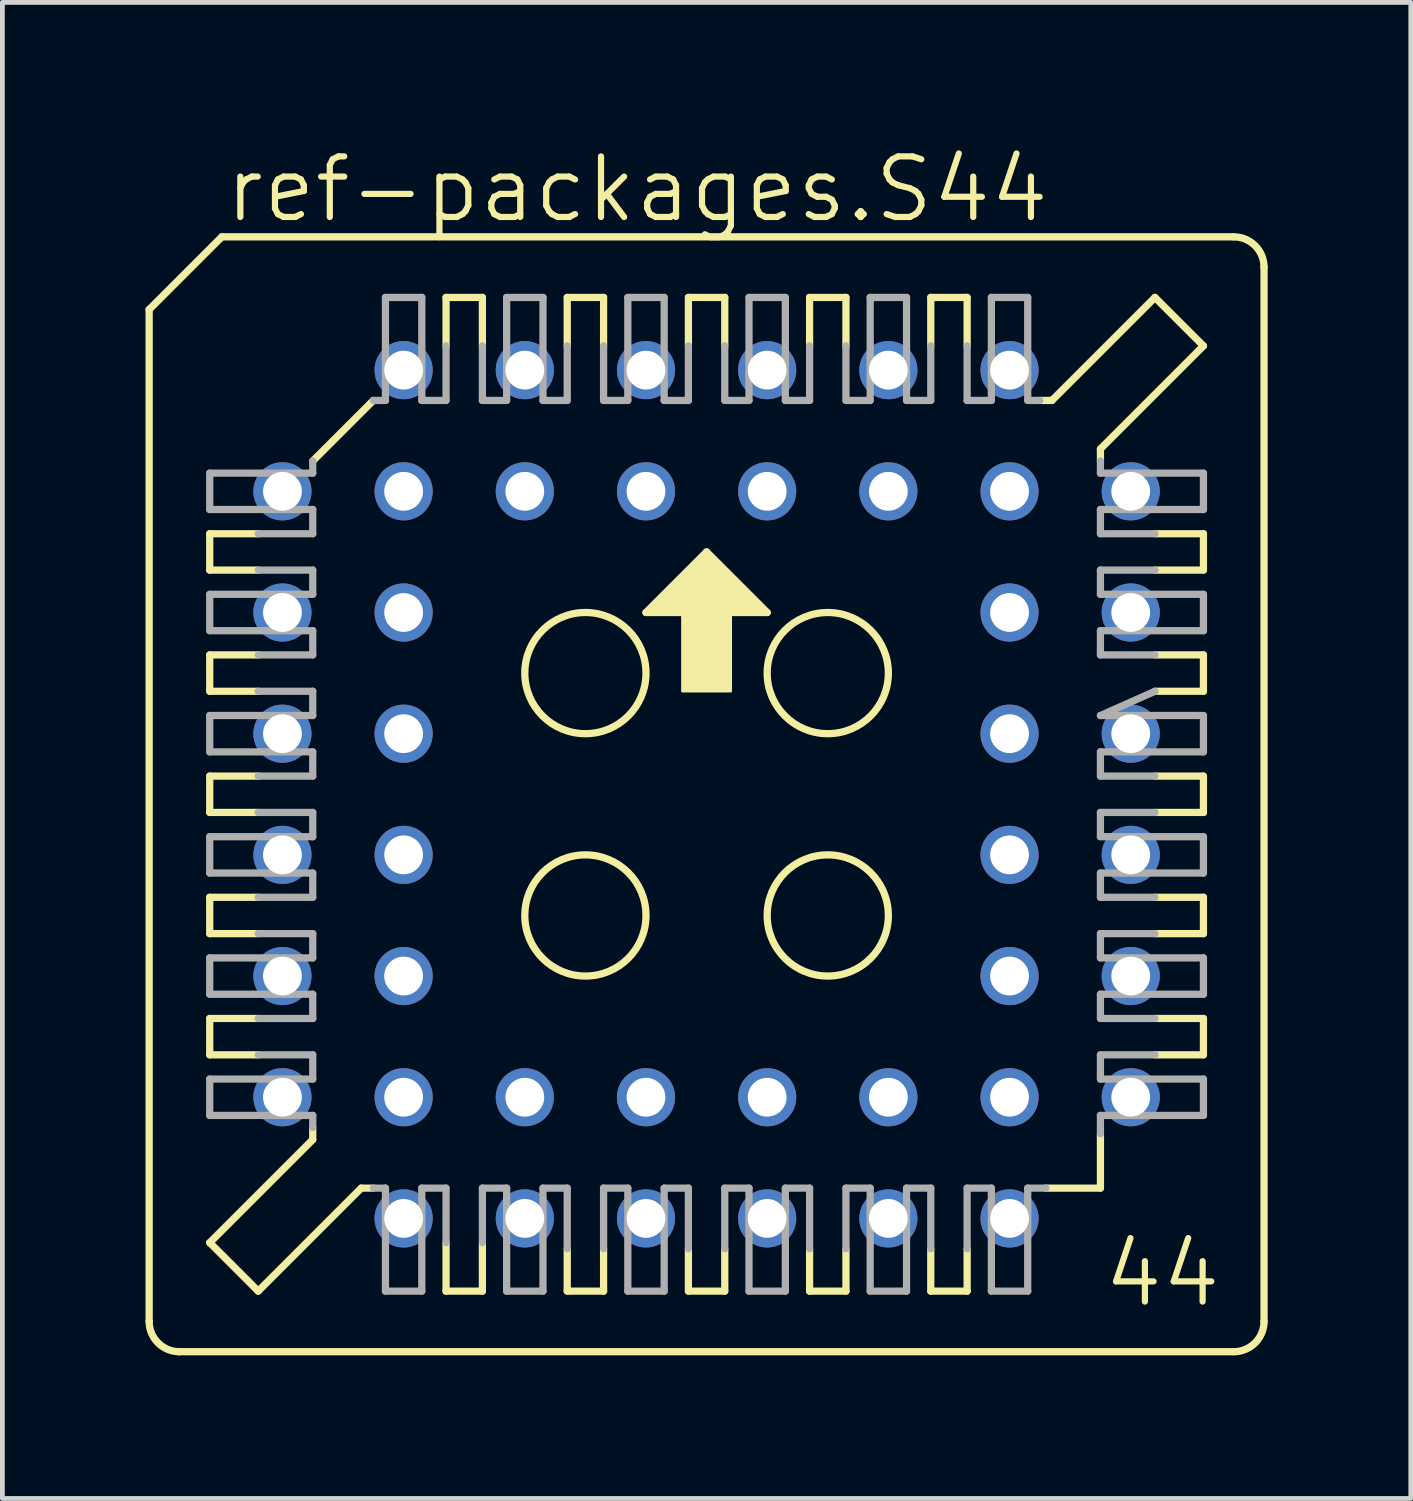
<source format=kicad_pcb>
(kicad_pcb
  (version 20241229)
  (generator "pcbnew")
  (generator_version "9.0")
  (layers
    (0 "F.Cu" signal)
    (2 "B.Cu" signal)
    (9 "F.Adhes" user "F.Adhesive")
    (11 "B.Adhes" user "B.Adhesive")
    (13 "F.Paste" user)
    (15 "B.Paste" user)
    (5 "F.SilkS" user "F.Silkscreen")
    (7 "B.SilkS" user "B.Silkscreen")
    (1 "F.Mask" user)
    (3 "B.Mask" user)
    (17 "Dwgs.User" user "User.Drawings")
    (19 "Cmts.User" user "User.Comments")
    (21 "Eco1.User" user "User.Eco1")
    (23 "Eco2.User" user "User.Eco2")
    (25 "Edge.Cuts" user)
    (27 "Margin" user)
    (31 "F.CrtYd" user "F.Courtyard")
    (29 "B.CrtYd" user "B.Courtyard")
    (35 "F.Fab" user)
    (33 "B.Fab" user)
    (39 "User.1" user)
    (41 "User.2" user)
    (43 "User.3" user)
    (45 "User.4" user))
  (footprint "ref-packages.S44"
    (layer "F.Cu")
    (at 11.76 13.598)
    (property "Reference" "ref-packages.S44" (at -10.16 -11.938 0) (layer "F.SilkS") (effects (font (size 1.27 1.27) (thickness 0.13)) (justify left bottom)))
    (attr through_hole)
    (fp_line (start -11.684 -10.16) (end -11.684 11.049) (stroke (width 0.152) (type default)) (layer "F.SilkS"))
    (fp_line (start -10.414 -5.461) (end -10.414 -4.699) (stroke (width 0.152) (type default)) (layer "F.SilkS"))
    (fp_line (start -10.414 -5.461) (end -9.398 -5.461) (stroke (width 0.152) (type default)) (layer "F.SilkS"))
    (fp_line (start -10.414 -2.921) (end -10.414 -2.159) (stroke (width 0.152) (type default)) (layer "F.SilkS"))
    (fp_line (start -10.414 -2.921) (end -9.398 -2.921) (stroke (width 0.152) (type default)) (layer "F.SilkS"))
    (fp_line (start -10.414 0.381) (end -10.414 -0.381) (stroke (width 0.152) (type default)) (layer "F.SilkS"))
    (fp_line (start -10.414 0.381) (end -9.398 0.381) (stroke (width 0.152) (type default)) (layer "F.SilkS"))
    (fp_line (start -10.414 2.921) (end -10.414 2.159) (stroke (width 0.152) (type default)) (layer "F.SilkS"))
    (fp_line (start -10.414 2.921) (end -9.398 2.921) (stroke (width 0.152) (type default)) (layer "F.SilkS"))
    (fp_line (start -10.414 5.461) (end -10.414 4.699) (stroke (width 0.152) (type default)) (layer "F.SilkS"))
    (fp_line (start -10.414 5.461) (end -9.398 5.461) (stroke (width 0.152) (type default)) (layer "F.SilkS"))
    (fp_line (start -10.414 9.398) (end -8.255 7.239) (stroke (width 0.152) (type default)) (layer "F.SilkS"))
    (fp_line (start -10.16 -11.684) (end -11.684 -10.16) (stroke (width 0.152) (type default)) (layer "F.SilkS"))
    (fp_line (start -9.398 -4.699) (end -10.414 -4.699) (stroke (width 0.152) (type default)) (layer "F.SilkS"))
    (fp_line (start -9.398 -2.159) (end -10.414 -2.159) (stroke (width 0.152) (type default)) (layer "F.SilkS"))
    (fp_line (start -9.398 -0.381) (end -10.414 -0.381) (stroke (width 0.152) (type default)) (layer "F.SilkS"))
    (fp_line (start -9.398 2.159) (end -10.414 2.159) (stroke (width 0.152) (type default)) (layer "F.SilkS"))
    (fp_line (start -9.398 4.699) (end -10.414 4.699) (stroke (width 0.152) (type default)) (layer "F.SilkS"))
    (fp_line (start -9.398 10.414) (end -10.414 9.398) (stroke (width 0.152) (type default)) (layer "F.SilkS"))
    (fp_line (start -9.398 10.414) (end -7.239 8.255) (stroke (width 0.152) (type default)) (layer "F.SilkS"))
    (fp_line (start -8.255 -6.985) (end -6.985 -8.255) (stroke (width 0.152) (type default)) (layer "F.SilkS"))
    (fp_line (start -8.255 7.239) (end -8.255 6.985) (stroke (width 0.152) (type default)) (layer "F.SilkS"))
    (fp_line (start -7.239 8.255) (end -6.985 8.255) (stroke (width 0.152) (type default)) (layer "F.SilkS"))
    (fp_line (start -5.461 -9.398) (end -5.461 -10.414) (stroke (width 0.152) (type default)) (layer "F.SilkS"))
    (fp_line (start -5.461 9.398) (end -5.461 10.414) (stroke (width 0.152) (type default)) (layer "F.SilkS"))
    (fp_line (start -5.461 10.414) (end -4.699 10.414) (stroke (width 0.152) (type default)) (layer "F.SilkS"))
    (fp_line (start -4.699 -10.414) (end -5.461 -10.414) (stroke (width 0.152) (type default)) (layer "F.SilkS"))
    (fp_line (start -4.699 -10.414) (end -4.699 -9.398) (stroke (width 0.152) (type default)) (layer "F.SilkS"))
    (fp_line (start -4.699 10.414) (end -4.699 9.398) (stroke (width 0.152) (type default)) (layer "F.SilkS"))
    (fp_line (start -2.921 -9.398) (end -2.921 -10.414) (stroke (width 0.152) (type default)) (layer "F.SilkS"))
    (fp_line (start -2.921 9.525) (end -2.921 10.414) (stroke (width 0.152) (type default)) (layer "F.SilkS"))
    (fp_line (start -2.921 10.414) (end -2.159 10.414) (stroke (width 0.152) (type default)) (layer "F.SilkS"))
    (fp_line (start -2.159 -10.414) (end -2.921 -10.414) (stroke (width 0.152) (type default)) (layer "F.SilkS"))
    (fp_line (start -2.159 -10.414) (end -2.159 -9.398) (stroke (width 0.152) (type default)) (layer "F.SilkS"))
    (fp_line (start -2.159 10.414) (end -2.159 9.525) (stroke (width 0.152) (type default)) (layer "F.SilkS"))
    (fp_line (start -1.27 -3.81) (end 1.27 -3.81) (stroke (width 0.152) (type default)) (layer "F.SilkS"))
    (fp_line (start -0.381 -9.398) (end -0.381 -10.414) (stroke (width 0.152) (type default)) (layer "F.SilkS"))
    (fp_line (start -0.381 9.525) (end -0.381 10.414) (stroke (width 0.152) (type default)) (layer "F.SilkS"))
    (fp_line (start -0.381 10.414) (end 0.381 10.414) (stroke (width 0.152) (type default)) (layer "F.SilkS"))
    (fp_line (start 0 -5.08) (end -1.27 -3.81) (stroke (width 0.152) (type default)) (layer "F.SilkS"))
    (fp_line (start 0.381 -10.414) (end -0.381 -10.414) (stroke (width 0.152) (type default)) (layer "F.SilkS"))
    (fp_line (start 0.381 -10.414) (end 0.381 -9.398) (stroke (width 0.152) (type default)) (layer "F.SilkS"))
    (fp_line (start 0.381 10.414) (end 0.381 9.525) (stroke (width 0.152) (type default)) (layer "F.SilkS"))
    (fp_line (start 1.27 -3.81) (end 0 -5.08) (stroke (width 0.152) (type default)) (layer "F.SilkS"))
    (fp_line (start 2.159 -9.398) (end 2.159 -10.414) (stroke (width 0.152) (type default)) (layer "F.SilkS"))
    (fp_line (start 2.159 9.525) (end 2.159 10.414) (stroke (width 0.152) (type default)) (layer "F.SilkS"))
    (fp_line (start 2.159 10.414) (end 2.921 10.414) (stroke (width 0.152) (type default)) (layer "F.SilkS"))
    (fp_line (start 2.921 -10.414) (end 2.159 -10.414) (stroke (width 0.152) (type default)) (layer "F.SilkS"))
    (fp_line (start 2.921 -10.414) (end 2.921 -9.398) (stroke (width 0.152) (type default)) (layer "F.SilkS"))
    (fp_line (start 2.921 10.414) (end 2.921 9.525) (stroke (width 0.152) (type default)) (layer "F.SilkS"))
    (fp_line (start 4.699 -9.398) (end 4.699 -10.414) (stroke (width 0.152) (type default)) (layer "F.SilkS"))
    (fp_line (start 4.699 9.525) (end 4.699 10.414) (stroke (width 0.152) (type default)) (layer "F.SilkS"))
    (fp_line (start 4.699 10.414) (end 5.461 10.414) (stroke (width 0.152) (type default)) (layer "F.SilkS"))
    (fp_line (start 5.461 -10.414) (end 4.699 -10.414) (stroke (width 0.152) (type default)) (layer "F.SilkS"))
    (fp_line (start 5.461 -10.414) (end 5.461 -9.398) (stroke (width 0.152) (type default)) (layer "F.SilkS"))
    (fp_line (start 5.461 10.414) (end 5.461 9.525) (stroke (width 0.152) (type default)) (layer "F.SilkS"))
    (fp_line (start 7.112 8.255) (end 8.255 8.255) (stroke (width 0.152) (type default)) (layer "F.SilkS"))
    (fp_line (start 7.239 -8.255) (end 6.985 -8.255) (stroke (width 0.152) (type default)) (layer "F.SilkS"))
    (fp_line (start 8.255 -7.239) (end 8.255 -6.985) (stroke (width 0.152) (type default)) (layer "F.SilkS"))
    (fp_line (start 8.255 8.255) (end 8.255 7.112) (stroke (width 0.152) (type default)) (layer "F.SilkS"))
    (fp_line (start 9.398 -10.414) (end 7.239 -8.255) (stroke (width 0.152) (type default)) (layer "F.SilkS"))
    (fp_line (start 9.398 -4.699) (end 10.414 -4.699) (stroke (width 0.152) (type default)) (layer "F.SilkS"))
    (fp_line (start 9.398 -2.159) (end 10.414 -2.159) (stroke (width 0.152) (type default)) (layer "F.SilkS"))
    (fp_line (start 9.398 0.381) (end 10.414 0.381) (stroke (width 0.152) (type default)) (layer "F.SilkS"))
    (fp_line (start 9.398 2.159) (end 10.414 2.159) (stroke (width 0.152) (type default)) (layer "F.SilkS"))
    (fp_line (start 9.398 4.699) (end 10.414 4.699) (stroke (width 0.152) (type default)) (layer "F.SilkS"))
    (fp_line (start 10.414 -9.398) (end 8.255 -7.239) (stroke (width 0.152) (type default)) (layer "F.SilkS"))
    (fp_line (start 10.414 -9.398) (end 9.398 -10.414) (stroke (width 0.152) (type default)) (layer "F.SilkS"))
    (fp_line (start 10.414 -5.461) (end 9.398 -5.461) (stroke (width 0.152) (type default)) (layer "F.SilkS"))
    (fp_line (start 10.414 -5.461) (end 10.414 -4.699) (stroke (width 0.152) (type default)) (layer "F.SilkS"))
    (fp_line (start 10.414 -2.921) (end 9.398 -2.921) (stroke (width 0.152) (type default)) (layer "F.SilkS"))
    (fp_line (start 10.414 -2.921) (end 10.414 -2.159) (stroke (width 0.152) (type default)) (layer "F.SilkS"))
    (fp_line (start 10.414 -0.381) (end 9.398 -0.381) (stroke (width 0.152) (type default)) (layer "F.SilkS"))
    (fp_line (start 10.414 -0.381) (end 10.414 0.381) (stroke (width 0.152) (type default)) (layer "F.SilkS"))
    (fp_line (start 10.414 2.921) (end 9.398 2.921) (stroke (width 0.152) (type default)) (layer "F.SilkS"))
    (fp_line (start 10.414 2.921) (end 10.414 2.159) (stroke (width 0.152) (type default)) (layer "F.SilkS"))
    (fp_line (start 10.414 5.461) (end 9.398 5.461) (stroke (width 0.152) (type default)) (layer "F.SilkS"))
    (fp_line (start 10.414 5.461) (end 10.414 4.699) (stroke (width 0.152) (type default)) (layer "F.SilkS"))
    (fp_line (start 11.049 -11.684) (end -10.16 -11.684) (stroke (width 0.152) (type default)) (layer "F.SilkS"))
    (fp_line (start 11.049 11.684) (end -11.049 11.684) (stroke (width 0.152) (type default)) (layer "F.SilkS"))
    (fp_line (start 11.684 -11.049) (end 11.684 11.049) (stroke (width 0.152) (type default)) (layer "F.SilkS"))
    (fp_rect (start -1.143 -3.81) (end -0.889 -3.937) (stroke (width 0.05) (type default)) (fill yes) (layer "F.SilkS"))
    (fp_rect (start -1.016 -3.937) (end -0.889 -4.064) (stroke (width 0.05) (type default)) (fill yes) (layer "F.SilkS"))
    (fp_rect (start -0.889 -3.81) (end 0.889 -4.191) (stroke (width 0.05) (type default)) (fill yes) (layer "F.SilkS"))
    (fp_rect (start -0.762 -4.191) (end -0.635 -4.318) (stroke (width 0.05) (type default)) (fill yes) (layer "F.SilkS"))
    (fp_rect (start -0.635 -4.191) (end 0.635 -4.445) (stroke (width 0.05) (type default)) (fill yes) (layer "F.SilkS"))
    (fp_rect (start -0.508 -4.445) (end -0.381 -4.572) (stroke (width 0.05) (type default)) (fill yes) (layer "F.SilkS"))
    (fp_rect (start -0.508 -2.159) (end 0.508 -4.064) (stroke (width 0.05) (type default)) (fill yes) (layer "F.SilkS"))
    (fp_rect (start -0.381 -4.445) (end 0.381 -4.699) (stroke (width 0.05) (type default)) (fill yes) (layer "F.SilkS"))
    (fp_rect (start -0.254 -4.699) (end -0.127 -4.826) (stroke (width 0.05) (type default)) (fill yes) (layer "F.SilkS"))
    (fp_rect (start -0.127 -4.699) (end 0.127 -4.953) (stroke (width 0.05) (type default)) (fill yes) (layer "F.SilkS"))
    (fp_rect (start 0.127 -4.699) (end 0.254 -4.826) (stroke (width 0.05) (type default)) (fill yes) (layer "F.SilkS"))
    (fp_rect (start 0.381 -4.445) (end 0.508 -4.572) (stroke (width 0.05) (type default)) (fill yes) (layer "F.SilkS"))
    (fp_rect (start 0.635 -4.191) (end 0.762 -4.318) (stroke (width 0.05) (type default)) (fill yes) (layer "F.SilkS"))
    (fp_rect (start 0.889 -3.937) (end 1.016 -4.064) (stroke (width 0.05) (type default)) (fill yes) (layer "F.SilkS"))
    (fp_rect (start 0.889 -3.81) (end 1.143 -3.937) (stroke (width 0.05) (type default)) (fill yes) (layer "F.SilkS"))
    (fp_arc (start -11.049 11.684) (mid -11.498013 11.498013) (end -11.684 11.049) (stroke (width 0.1524) (type default)) (layer "F.SilkS"))
    (fp_arc (start 11.049 -11.684) (mid 11.498013 -11.498013) (end 11.684 -11.049) (stroke (width 0.1524) (type default)) (layer "F.SilkS"))
    (fp_arc (start 11.684 11.049) (mid 11.498013 11.498013) (end 11.049 11.684) (stroke (width 0.1524) (type default)) (layer "F.SilkS"))
    (fp_circle (center -2.54 -2.54) (end -1.27 -2.54) (stroke (width 0.152) (type default)) (fill no) (layer "F.SilkS"))
    (fp_circle (center -2.54 2.54) (end -1.27 2.54) (stroke (width 0.152) (type default)) (fill no) (layer "F.SilkS"))
    (fp_circle (center 2.54 -2.54) (end 3.81 -2.54) (stroke (width 0.152) (type default)) (fill no) (layer "F.SilkS"))
    (fp_circle (center 2.54 2.54) (end 3.81 2.54) (stroke (width 0.152) (type default)) (fill no) (layer "F.SilkS"))
    (fp_line (start -10.414 -6.731) (end -10.414 -5.969) (stroke (width 0.152) (type default)) (layer "F.Fab"))
    (fp_line (start -10.414 -6.731) (end -8.255 -6.731) (stroke (width 0.152) (type default)) (layer "F.Fab"))
    (fp_line (start -10.414 -4.191) (end -10.414 -3.429) (stroke (width 0.152) (type default)) (layer "F.Fab"))
    (fp_line (start -10.414 -4.191) (end -8.255 -4.191) (stroke (width 0.152) (type default)) (layer "F.Fab"))
    (fp_line (start -10.414 -0.889) (end -10.414 -1.651) (stroke (width 0.152) (type default)) (layer "F.Fab"))
    (fp_line (start -10.414 -0.889) (end -8.255 -0.889) (stroke (width 0.152) (type default)) (layer "F.Fab"))
    (fp_line (start -10.414 1.651) (end -10.414 0.889) (stroke (width 0.152) (type default)) (layer "F.Fab"))
    (fp_line (start -10.414 1.651) (end -8.255 1.651) (stroke (width 0.152) (type default)) (layer "F.Fab"))
    (fp_line (start -10.414 4.191) (end -10.414 3.429) (stroke (width 0.152) (type default)) (layer "F.Fab"))
    (fp_line (start -10.414 4.191) (end -8.255 4.191) (stroke (width 0.152) (type default)) (layer "F.Fab"))
    (fp_line (start -10.414 6.731) (end -10.414 5.969) (stroke (width 0.152) (type default)) (layer "F.Fab"))
    (fp_line (start -10.414 6.731) (end -8.255 6.731) (stroke (width 0.152) (type default)) (layer "F.Fab"))
    (fp_line (start -9.398 -4.699) (end -8.255 -4.699) (stroke (width 0.152) (type default)) (layer "F.Fab"))
    (fp_line (start -9.398 -2.159) (end -8.255 -2.159) (stroke (width 0.152) (type default)) (layer "F.Fab"))
    (fp_line (start -9.398 -0.381) (end -8.255 -0.381) (stroke (width 0.152) (type default)) (layer "F.Fab"))
    (fp_line (start -9.398 2.159) (end -8.255 2.159) (stroke (width 0.152) (type default)) (layer "F.Fab"))
    (fp_line (start -9.398 4.699) (end -8.255 4.699) (stroke (width 0.152) (type default)) (layer "F.Fab"))
    (fp_line (start -8.255 -6.731) (end -8.255 -6.985) (stroke (width 0.152) (type default)) (layer "F.Fab"))
    (fp_line (start -8.255 -5.969) (end -10.414 -5.969) (stroke (width 0.152) (type default)) (layer "F.Fab"))
    (fp_line (start -8.255 -5.969) (end -8.255 -5.461) (stroke (width 0.152) (type default)) (layer "F.Fab"))
    (fp_line (start -8.255 -5.461) (end -9.398 -5.461) (stroke (width 0.152) (type default)) (layer "F.Fab"))
    (fp_line (start -8.255 -4.699) (end -8.255 -4.191) (stroke (width 0.152) (type default)) (layer "F.Fab"))
    (fp_line (start -8.255 -3.429) (end -10.414 -3.429) (stroke (width 0.152) (type default)) (layer "F.Fab"))
    (fp_line (start -8.255 -3.429) (end -8.255 -2.921) (stroke (width 0.152) (type default)) (layer "F.Fab"))
    (fp_line (start -8.255 -2.921) (end -9.398 -2.921) (stroke (width 0.152) (type default)) (layer "F.Fab"))
    (fp_line (start -8.255 -2.159) (end -8.255 -1.651) (stroke (width 0.152) (type default)) (layer "F.Fab"))
    (fp_line (start -8.255 -1.651) (end -10.414 -1.651) (stroke (width 0.152) (type default)) (layer "F.Fab"))
    (fp_line (start -8.255 -0.381) (end -8.255 -0.889) (stroke (width 0.152) (type default)) (layer "F.Fab"))
    (fp_line (start -8.255 0.381) (end -9.398 0.381) (stroke (width 0.152) (type default)) (layer "F.Fab"))
    (fp_line (start -8.255 0.889) (end -10.414 0.889) (stroke (width 0.152) (type default)) (layer "F.Fab"))
    (fp_line (start -8.255 0.889) (end -8.255 0.381) (stroke (width 0.152) (type default)) (layer "F.Fab"))
    (fp_line (start -8.255 2.159) (end -8.255 1.651) (stroke (width 0.152) (type default)) (layer "F.Fab"))
    (fp_line (start -8.255 2.921) (end -9.398 2.921) (stroke (width 0.152) (type default)) (layer "F.Fab"))
    (fp_line (start -8.255 3.429) (end -10.414 3.429) (stroke (width 0.152) (type default)) (layer "F.Fab"))
    (fp_line (start -8.255 3.429) (end -8.255 2.921) (stroke (width 0.152) (type default)) (layer "F.Fab"))
    (fp_line (start -8.255 4.699) (end -8.255 4.191) (stroke (width 0.152) (type default)) (layer "F.Fab"))
    (fp_line (start -8.255 5.461) (end -9.398 5.461) (stroke (width 0.152) (type default)) (layer "F.Fab"))
    (fp_line (start -8.255 5.969) (end -10.414 5.969) (stroke (width 0.152) (type default)) (layer "F.Fab"))
    (fp_line (start -8.255 5.969) (end -8.255 5.461) (stroke (width 0.152) (type default)) (layer "F.Fab"))
    (fp_line (start -8.255 6.985) (end -8.255 6.731) (stroke (width 0.152) (type default)) (layer "F.Fab"))
    (fp_line (start -6.985 -8.255) (end -6.731 -8.255) (stroke (width 0.152) (type default)) (layer "F.Fab"))
    (fp_line (start -6.731 -8.255) (end -6.731 -10.414) (stroke (width 0.152) (type default)) (layer "F.Fab"))
    (fp_line (start -6.731 8.255) (end -6.985 8.255) (stroke (width 0.152) (type default)) (layer "F.Fab"))
    (fp_line (start -6.731 10.414) (end -6.731 8.255) (stroke (width 0.152) (type default)) (layer "F.Fab"))
    (fp_line (start -6.731 10.414) (end -5.969 10.414) (stroke (width 0.152) (type default)) (layer "F.Fab"))
    (fp_line (start -5.969 -10.414) (end -6.731 -10.414) (stroke (width 0.152) (type default)) (layer "F.Fab"))
    (fp_line (start -5.969 -10.414) (end -5.969 -8.255) (stroke (width 0.152) (type default)) (layer "F.Fab"))
    (fp_line (start -5.969 8.255) (end -5.969 10.414) (stroke (width 0.152) (type default)) (layer "F.Fab"))
    (fp_line (start -5.461 -9.398) (end -5.461 -8.255) (stroke (width 0.152) (type default)) (layer "F.Fab"))
    (fp_line (start -5.461 -8.255) (end -5.969 -8.255) (stroke (width 0.152) (type default)) (layer "F.Fab"))
    (fp_line (start -5.461 8.255) (end -5.969 8.255) (stroke (width 0.152) (type default)) (layer "F.Fab"))
    (fp_line (start -5.461 9.398) (end -5.461 8.255) (stroke (width 0.152) (type default)) (layer "F.Fab"))
    (fp_line (start -4.699 -8.255) (end -4.699 -9.398) (stroke (width 0.152) (type default)) (layer "F.Fab"))
    (fp_line (start -4.699 8.255) (end -4.699 9.398) (stroke (width 0.152) (type default)) (layer "F.Fab"))
    (fp_line (start -4.699 8.255) (end -4.191 8.255) (stroke (width 0.152) (type default)) (layer "F.Fab"))
    (fp_line (start -4.191 -8.255) (end -4.699 -8.255) (stroke (width 0.152) (type default)) (layer "F.Fab"))
    (fp_line (start -4.191 -8.255) (end -4.191 -10.414) (stroke (width 0.152) (type default)) (layer "F.Fab"))
    (fp_line (start -4.191 10.414) (end -4.191 8.255) (stroke (width 0.152) (type default)) (layer "F.Fab"))
    (fp_line (start -4.191 10.414) (end -3.429 10.414) (stroke (width 0.152) (type default)) (layer "F.Fab"))
    (fp_line (start -3.429 -10.414) (end -4.191 -10.414) (stroke (width 0.152) (type default)) (layer "F.Fab"))
    (fp_line (start -3.429 -10.414) (end -3.429 -8.255) (stroke (width 0.152) (type default)) (layer "F.Fab"))
    (fp_line (start -3.429 8.255) (end -3.429 10.414) (stroke (width 0.152) (type default)) (layer "F.Fab"))
    (fp_line (start -3.429 8.255) (end -2.921 8.255) (stroke (width 0.152) (type default)) (layer "F.Fab"))
    (fp_line (start -2.921 -9.398) (end -2.921 -8.255) (stroke (width 0.152) (type default)) (layer "F.Fab"))
    (fp_line (start -2.921 -8.255) (end -3.429 -8.255) (stroke (width 0.152) (type default)) (layer "F.Fab"))
    (fp_line (start -2.921 9.525) (end -2.921 8.255) (stroke (width 0.152) (type default)) (layer "F.Fab"))
    (fp_line (start -2.159 -8.255) (end -2.159 -9.398) (stroke (width 0.152) (type default)) (layer "F.Fab"))
    (fp_line (start -2.159 8.255) (end -2.159 9.525) (stroke (width 0.152) (type default)) (layer "F.Fab"))
    (fp_line (start -2.159 8.255) (end -1.651 8.255) (stroke (width 0.152) (type default)) (layer "F.Fab"))
    (fp_line (start -1.651 -8.255) (end -2.159 -8.255) (stroke (width 0.152) (type default)) (layer "F.Fab"))
    (fp_line (start -1.651 -8.255) (end -1.651 -10.414) (stroke (width 0.152) (type default)) (layer "F.Fab"))
    (fp_line (start -1.651 10.414) (end -1.651 8.255) (stroke (width 0.152) (type default)) (layer "F.Fab"))
    (fp_line (start -1.651 10.414) (end -0.889 10.414) (stroke (width 0.152) (type default)) (layer "F.Fab"))
    (fp_line (start -0.889 -10.414) (end -1.651 -10.414) (stroke (width 0.152) (type default)) (layer "F.Fab"))
    (fp_line (start -0.889 -10.414) (end -0.889 -8.255) (stroke (width 0.152) (type default)) (layer "F.Fab"))
    (fp_line (start -0.889 8.255) (end -0.889 10.414) (stroke (width 0.152) (type default)) (layer "F.Fab"))
    (fp_line (start -0.889 8.255) (end -0.381 8.255) (stroke (width 0.152) (type default)) (layer "F.Fab"))
    (fp_line (start -0.381 -9.398) (end -0.381 -8.255) (stroke (width 0.152) (type default)) (layer "F.Fab"))
    (fp_line (start -0.381 -8.255) (end -0.889 -8.255) (stroke (width 0.152) (type default)) (layer "F.Fab"))
    (fp_line (start -0.381 9.525) (end -0.381 8.255) (stroke (width 0.152) (type default)) (layer "F.Fab"))
    (fp_line (start 0.381 -8.255) (end 0.381 -9.398) (stroke (width 0.152) (type default)) (layer "F.Fab"))
    (fp_line (start 0.381 8.255) (end 0.381 9.525) (stroke (width 0.152) (type default)) (layer "F.Fab"))
    (fp_line (start 0.381 8.255) (end 0.889 8.255) (stroke (width 0.152) (type default)) (layer "F.Fab"))
    (fp_line (start 0.889 -8.255) (end 0.381 -8.255) (stroke (width 0.152) (type default)) (layer "F.Fab"))
    (fp_line (start 0.889 -8.255) (end 0.889 -10.414) (stroke (width 0.152) (type default)) (layer "F.Fab"))
    (fp_line (start 0.889 10.414) (end 0.889 8.255) (stroke (width 0.152) (type default)) (layer "F.Fab"))
    (fp_line (start 0.889 10.414) (end 1.651 10.414) (stroke (width 0.152) (type default)) (layer "F.Fab"))
    (fp_line (start 1.651 -10.414) (end 0.889 -10.414) (stroke (width 0.152) (type default)) (layer "F.Fab"))
    (fp_line (start 1.651 -10.414) (end 1.651 -8.255) (stroke (width 0.152) (type default)) (layer "F.Fab"))
    (fp_line (start 1.651 8.255) (end 1.651 10.414) (stroke (width 0.152) (type default)) (layer "F.Fab"))
    (fp_line (start 1.651 8.255) (end 2.159 8.255) (stroke (width 0.152) (type default)) (layer "F.Fab"))
    (fp_line (start 2.159 -9.398) (end 2.159 -8.255) (stroke (width 0.152) (type default)) (layer "F.Fab"))
    (fp_line (start 2.159 -8.255) (end 1.651 -8.255) (stroke (width 0.152) (type default)) (layer "F.Fab"))
    (fp_line (start 2.159 9.525) (end 2.159 8.255) (stroke (width 0.152) (type default)) (layer "F.Fab"))
    (fp_line (start 2.921 -8.255) (end 2.921 -9.398) (stroke (width 0.152) (type default)) (layer "F.Fab"))
    (fp_line (start 2.921 8.255) (end 2.921 9.525) (stroke (width 0.152) (type default)) (layer "F.Fab"))
    (fp_line (start 2.921 8.255) (end 3.429 8.255) (stroke (width 0.152) (type default)) (layer "F.Fab"))
    (fp_line (start 3.429 -8.255) (end 2.921 -8.255) (stroke (width 0.152) (type default)) (layer "F.Fab"))
    (fp_line (start 3.429 -8.255) (end 3.429 -10.414) (stroke (width 0.152) (type default)) (layer "F.Fab"))
    (fp_line (start 3.429 10.414) (end 3.429 8.255) (stroke (width 0.152) (type default)) (layer "F.Fab"))
    (fp_line (start 3.429 10.414) (end 4.191 10.414) (stroke (width 0.152) (type default)) (layer "F.Fab"))
    (fp_line (start 4.191 -10.414) (end 3.429 -10.414) (stroke (width 0.152) (type default)) (layer "F.Fab"))
    (fp_line (start 4.191 -10.414) (end 4.191 -8.255) (stroke (width 0.152) (type default)) (layer "F.Fab"))
    (fp_line (start 4.191 8.255) (end 4.191 10.414) (stroke (width 0.152) (type default)) (layer "F.Fab"))
    (fp_line (start 4.191 8.255) (end 4.699 8.255) (stroke (width 0.152) (type default)) (layer "F.Fab"))
    (fp_line (start 4.699 -9.398) (end 4.699 -8.255) (stroke (width 0.152) (type default)) (layer "F.Fab"))
    (fp_line (start 4.699 -8.255) (end 4.191 -8.255) (stroke (width 0.152) (type default)) (layer "F.Fab"))
    (fp_line (start 4.699 9.525) (end 4.699 8.255) (stroke (width 0.152) (type default)) (layer "F.Fab"))
    (fp_line (start 5.461 -8.255) (end 5.461 -9.398) (stroke (width 0.152) (type default)) (layer "F.Fab"))
    (fp_line (start 5.461 8.255) (end 5.461 9.525) (stroke (width 0.152) (type default)) (layer "F.Fab"))
    (fp_line (start 5.461 8.255) (end 5.969 8.255) (stroke (width 0.152) (type default)) (layer "F.Fab"))
    (fp_line (start 5.969 -8.255) (end 5.461 -8.255) (stroke (width 0.152) (type default)) (layer "F.Fab"))
    (fp_line (start 5.969 -8.255) (end 5.969 -10.414) (stroke (width 0.152) (type default)) (layer "F.Fab"))
    (fp_line (start 5.969 10.414) (end 5.969 8.255) (stroke (width 0.152) (type default)) (layer "F.Fab"))
    (fp_line (start 5.969 10.414) (end 6.731 10.414) (stroke (width 0.152) (type default)) (layer "F.Fab"))
    (fp_line (start 6.731 -10.414) (end 5.969 -10.414) (stroke (width 0.152) (type default)) (layer "F.Fab"))
    (fp_line (start 6.731 -10.414) (end 6.731 -8.255) (stroke (width 0.152) (type default)) (layer "F.Fab"))
    (fp_line (start 6.731 -8.255) (end 6.985 -8.255) (stroke (width 0.152) (type default)) (layer "F.Fab"))
    (fp_line (start 6.731 8.255) (end 6.731 10.414) (stroke (width 0.152) (type default)) (layer "F.Fab"))
    (fp_line (start 7.112 8.255) (end 6.731 8.255) (stroke (width 0.152) (type default)) (layer "F.Fab"))
    (fp_line (start 8.255 -6.731) (end 8.255 -6.985) (stroke (width 0.152) (type default)) (layer "F.Fab"))
    (fp_line (start 8.255 -5.969) (end 8.255 -5.461) (stroke (width 0.152) (type default)) (layer "F.Fab"))
    (fp_line (start 8.255 -5.969) (end 10.414 -5.969) (stroke (width 0.152) (type default)) (layer "F.Fab"))
    (fp_line (start 8.255 -5.461) (end 9.398 -5.461) (stroke (width 0.152) (type default)) (layer "F.Fab"))
    (fp_line (start 8.255 -4.699) (end 8.255 -4.191) (stroke (width 0.152) (type default)) (layer "F.Fab"))
    (fp_line (start 8.255 -3.429) (end 8.255 -2.921) (stroke (width 0.152) (type default)) (layer "F.Fab"))
    (fp_line (start 8.255 -3.429) (end 10.414 -3.429) (stroke (width 0.152) (type default)) (layer "F.Fab"))
    (fp_line (start 8.255 -2.921) (end 9.398 -2.921) (stroke (width 0.152) (type default)) (layer "F.Fab"))
    (fp_line (start 8.255 -0.889) (end 8.255 -0.381) (stroke (width 0.152) (type default)) (layer "F.Fab"))
    (fp_line (start 8.255 -0.889) (end 10.414 -0.889) (stroke (width 0.152) (type default)) (layer "F.Fab"))
    (fp_line (start 8.255 -0.381) (end 9.398 -0.381) (stroke (width 0.152) (type default)) (layer "F.Fab"))
    (fp_line (start 8.255 0.381) (end 8.255 0.889) (stroke (width 0.152) (type default)) (layer "F.Fab"))
    (fp_line (start 8.255 1.651) (end 8.255 2.159) (stroke (width 0.152) (type default)) (layer "F.Fab"))
    (fp_line (start 8.255 1.651) (end 10.414 1.651) (stroke (width 0.152) (type default)) (layer "F.Fab"))
    (fp_line (start 8.255 2.159) (end 9.398 2.159) (stroke (width 0.152) (type default)) (layer "F.Fab"))
    (fp_line (start 8.255 2.921) (end 9.398 2.921) (stroke (width 0.152) (type default)) (layer "F.Fab"))
    (fp_line (start 8.255 3.429) (end 8.255 2.921) (stroke (width 0.152) (type default)) (layer "F.Fab"))
    (fp_line (start 8.255 3.429) (end 10.414 3.429) (stroke (width 0.152) (type default)) (layer "F.Fab"))
    (fp_line (start 8.255 4.699) (end 8.255 4.191) (stroke (width 0.152) (type default)) (layer "F.Fab"))
    (fp_line (start 8.255 5.461) (end 9.398 5.461) (stroke (width 0.152) (type default)) (layer "F.Fab"))
    (fp_line (start 8.255 5.969) (end 8.255 5.461) (stroke (width 0.152) (type default)) (layer "F.Fab"))
    (fp_line (start 8.255 5.969) (end 10.414 5.969) (stroke (width 0.152) (type default)) (layer "F.Fab"))
    (fp_line (start 8.255 6.731) (end 8.255 7.112) (stroke (width 0.152) (type default)) (layer "F.Fab"))
    (fp_line (start 9.398 -4.699) (end 8.255 -4.699) (stroke (width 0.152) (type default)) (layer "F.Fab"))
    (fp_line (start 9.398 -2.159) (end 8.255 -1.651) (stroke (width 0.152) (type default)) (layer "F.Fab"))
    (fp_line (start 9.398 0.381) (end 8.255 0.381) (stroke (width 0.152) (type default)) (layer "F.Fab"))
    (fp_line (start 9.398 4.699) (end 8.255 4.699) (stroke (width 0.152) (type default)) (layer "F.Fab"))
    (fp_line (start 10.414 -6.731) (end 8.255 -6.731) (stroke (width 0.152) (type default)) (layer "F.Fab"))
    (fp_line (start 10.414 -6.731) (end 10.414 -5.969) (stroke (width 0.152) (type default)) (layer "F.Fab"))
    (fp_line (start 10.414 -4.191) (end 8.255 -4.191) (stroke (width 0.152) (type default)) (layer "F.Fab"))
    (fp_line (start 10.414 -4.191) (end 10.414 -3.429) (stroke (width 0.152) (type default)) (layer "F.Fab"))
    (fp_line (start 10.414 -1.651) (end 8.255 -1.651) (stroke (width 0.152) (type default)) (layer "F.Fab"))
    (fp_line (start 10.414 -1.651) (end 10.414 -0.889) (stroke (width 0.152) (type default)) (layer "F.Fab"))
    (fp_line (start 10.414 0.889) (end 8.255 0.889) (stroke (width 0.152) (type default)) (layer "F.Fab"))
    (fp_line (start 10.414 0.889) (end 10.414 1.651) (stroke (width 0.152) (type default)) (layer "F.Fab"))
    (fp_line (start 10.414 4.191) (end 8.255 4.191) (stroke (width 0.152) (type default)) (layer "F.Fab"))
    (fp_line (start 10.414 4.191) (end 10.414 3.429) (stroke (width 0.152) (type default)) (layer "F.Fab"))
    (fp_line (start 10.414 6.731) (end 8.255 6.731) (stroke (width 0.152) (type default)) (layer "F.Fab"))
    (fp_line (start 10.414 6.731) (end 10.414 5.969) (stroke (width 0.152) (type default)) (layer "F.Fab"))
    (fp_text user "44" (at 8.255 10.795 0) (layer "F.SilkS") (effects (font (size 1.27 1.27) (thickness 0.13)) (justify left bottom)))
    (pad "1" thru_hole circle (at 1.27 -6.35) (size 1.219 1.219) (drill 0.813) (layers "*.Cu" "*.Mask"))
    (pad "2" thru_hole circle (at -1.27 -8.89) (size 1.219 1.219) (drill 0.813) (layers "*.Cu" "*.Mask"))
    (pad "3" thru_hole circle (at -1.27 -6.35) (size 1.219 1.219) (drill 0.813) (layers "*.Cu" "*.Mask"))
    (pad "4" thru_hole circle (at -3.81 -8.89) (size 1.219 1.219) (drill 0.813) (layers "*.Cu" "*.Mask"))
    (pad "5" thru_hole circle (at -3.81 -6.35) (size 1.219 1.219) (drill 0.813) (layers "*.Cu" "*.Mask"))
    (pad "6" thru_hole circle (at -6.35 -8.89) (size 1.219 1.219) (drill 0.813) (layers "*.Cu" "*.Mask"))
    (pad "7" thru_hole circle (at -8.89 -6.35) (size 1.219 1.219) (drill 0.813) (layers "*.Cu" "*.Mask"))
    (pad "8" thru_hole circle (at -6.35 -6.35) (size 1.219 1.219) (drill 0.813) (layers "*.Cu" "*.Mask"))
    (pad "9" thru_hole circle (at -8.89 -3.81) (size 1.219 1.219) (drill 0.813) (layers "*.Cu" "*.Mask"))
    (pad "10" thru_hole circle (at -6.35 -3.81) (size 1.219 1.219) (drill 0.813) (layers "*.Cu" "*.Mask"))
    (pad "11" thru_hole circle (at -8.89 -1.27) (size 1.219 1.219) (drill 0.813) (layers "*.Cu" "*.Mask"))
    (pad "12" thru_hole circle (at -6.35 -1.27) (size 1.219 1.219) (drill 0.813) (layers "*.Cu" "*.Mask"))
    (pad "13" thru_hole circle (at -8.89 1.27) (size 1.219 1.219) (drill 0.813) (layers "*.Cu" "*.Mask"))
    (pad "14" thru_hole circle (at -6.35 1.27) (size 1.219 1.219) (drill 0.813) (layers "*.Cu" "*.Mask"))
    (pad "15" thru_hole circle (at -8.89 3.81) (size 1.219 1.219) (drill 0.813) (layers "*.Cu" "*.Mask"))
    (pad "16" thru_hole circle (at -6.35 3.81) (size 1.219 1.219) (drill 0.813) (layers "*.Cu" "*.Mask"))
    (pad "17" thru_hole circle (at -8.89 6.35) (size 1.219 1.219) (drill 0.813) (layers "*.Cu" "*.Mask"))
    (pad "18" thru_hole circle (at -6.35 8.89) (size 1.219 1.219) (drill 0.813) (layers "*.Cu" "*.Mask"))
    (pad "19" thru_hole circle (at -6.35 6.35) (size 1.219 1.219) (drill 0.813) (layers "*.Cu" "*.Mask"))
    (pad "20" thru_hole circle (at -3.81 8.89) (size 1.219 1.219) (drill 0.813) (layers "*.Cu" "*.Mask"))
    (pad "21" thru_hole circle (at -3.81 6.35) (size 1.219 1.219) (drill 0.813) (layers "*.Cu" "*.Mask"))
    (pad "22" thru_hole circle (at -1.27 8.89) (size 1.219 1.219) (drill 0.813) (layers "*.Cu" "*.Mask"))
    (pad "23" thru_hole circle (at -1.27 6.35) (size 1.219 1.219) (drill 0.813) (layers "*.Cu" "*.Mask"))
    (pad "24" thru_hole circle (at 1.27 8.89) (size 1.219 1.219) (drill 0.813) (layers "*.Cu" "*.Mask"))
    (pad "25" thru_hole circle (at 1.27 6.35) (size 1.219 1.219) (drill 0.813) (layers "*.Cu" "*.Mask"))
    (pad "26" thru_hole circle (at 3.81 8.89) (size 1.219 1.219) (drill 0.813) (layers "*.Cu" "*.Mask"))
    (pad "27" thru_hole circle (at 3.81 6.35) (size 1.219 1.219) (drill 0.813) (layers "*.Cu" "*.Mask"))
    (pad "28" thru_hole circle (at 6.35 8.89) (size 1.219 1.219) (drill 0.813) (layers "*.Cu" "*.Mask"))
    (pad "29" thru_hole circle (at 8.89 6.35) (size 1.219 1.219) (drill 0.813) (layers "*.Cu" "*.Mask"))
    (pad "30" thru_hole circle (at 6.35 6.35) (size 1.219 1.219) (drill 0.813) (layers "*.Cu" "*.Mask"))
    (pad "31" thru_hole circle (at 8.89 3.81) (size 1.219 1.219) (drill 0.813) (layers "*.Cu" "*.Mask"))
    (pad "32" thru_hole circle (at 6.35 3.81) (size 1.219 1.219) (drill 0.813) (layers "*.Cu" "*.Mask"))
    (pad "33" thru_hole circle (at 8.89 1.27) (size 1.219 1.219) (drill 0.813) (layers "*.Cu" "*.Mask"))
    (pad "34" thru_hole circle (at 6.35 1.27) (size 1.219 1.219) (drill 0.813) (layers "*.Cu" "*.Mask"))
    (pad "35" thru_hole circle (at 8.89 -1.27) (size 1.219 1.219) (drill 0.813) (layers "*.Cu" "*.Mask"))
    (pad "36" thru_hole circle (at 6.35 -1.27) (size 1.219 1.219) (drill 0.813) (layers "*.Cu" "*.Mask"))
    (pad "37" thru_hole circle (at 8.89 -3.81) (size 1.219 1.219) (drill 0.813) (layers "*.Cu" "*.Mask"))
    (pad "38" thru_hole circle (at 6.35 -3.81) (size 1.219 1.219) (drill 0.813) (layers "*.Cu" "*.Mask"))
    (pad "39" thru_hole circle (at 8.89 -6.35) (size 1.219 1.219) (drill 0.813) (layers "*.Cu" "*.Mask"))
    (pad "40" thru_hole circle (at 6.35 -8.89) (size 1.219 1.219) (drill 0.813) (layers "*.Cu" "*.Mask"))
    (pad "41" thru_hole circle (at 6.35 -6.35) (size 1.219 1.219) (drill 0.813) (layers "*.Cu" "*.Mask"))
    (pad "42" thru_hole circle (at 3.81 -8.89) (size 1.219 1.219) (drill 0.813) (layers "*.Cu" "*.Mask"))
    (pad "43" thru_hole circle (at 3.81 -6.35) (size 1.219 1.219) (drill 0.813) (layers "*.Cu" "*.Mask"))
    (pad "44" thru_hole circle (at 1.27 -8.89) (size 1.219 1.219) (drill 0.813) (layers "*.Cu" "*.Mask")))
  (gr_rect
    (start -3 -3)
    (end 26.52 28.358)
    (stroke (width 0.1) (type default))
    (fill no)
    (layer "Edge.Cuts")))
</source>
